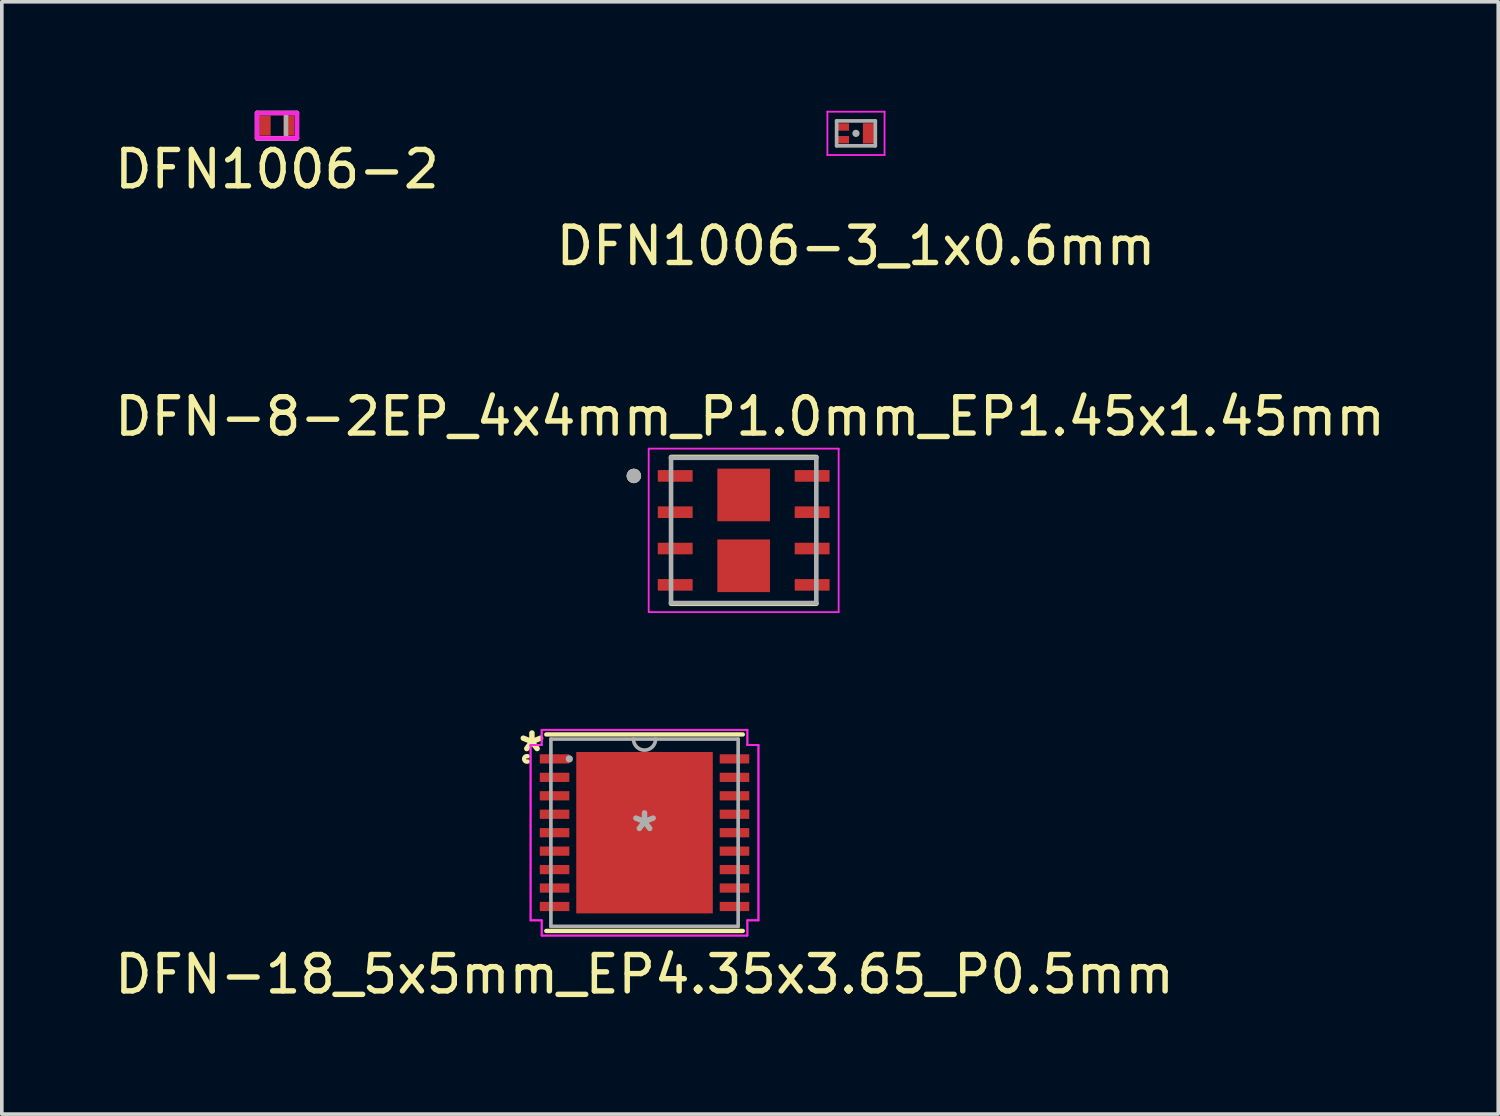
<source format=kicad_pcb>
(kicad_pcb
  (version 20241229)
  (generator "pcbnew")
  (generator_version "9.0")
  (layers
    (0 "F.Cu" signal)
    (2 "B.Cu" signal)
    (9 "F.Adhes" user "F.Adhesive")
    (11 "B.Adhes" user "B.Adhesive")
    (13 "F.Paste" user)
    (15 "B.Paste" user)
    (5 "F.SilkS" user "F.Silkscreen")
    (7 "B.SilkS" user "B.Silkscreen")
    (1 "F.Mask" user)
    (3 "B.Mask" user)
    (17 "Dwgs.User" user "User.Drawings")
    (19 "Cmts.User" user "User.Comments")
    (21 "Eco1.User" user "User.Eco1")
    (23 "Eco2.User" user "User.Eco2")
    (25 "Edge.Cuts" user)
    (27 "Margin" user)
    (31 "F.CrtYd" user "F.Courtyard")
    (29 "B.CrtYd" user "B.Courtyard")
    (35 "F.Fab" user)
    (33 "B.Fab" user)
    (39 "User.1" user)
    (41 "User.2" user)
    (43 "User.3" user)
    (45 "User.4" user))
  (footprint "DFN-18_5x5mm_EP4.35x3.65_P0.5mm"
    (layer "F.Cu")
    (at 14.696 19.877)
    (property "Reference" "DFN-18_5x5mm_EP4.35x3.65_P0.5mm" (at 0 3.9 0) (layer "F.SilkS") (effects (font (size 1 1) (thickness 0.15))))
    (attr through_hole)
    (fp_line (start -2.705 2.705) (end 2.705 2.705) (stroke (width 0.12) (type solid)) (layer "F.SilkS"))
    (fp_line (start 2.705 -2.705) (end -2.705 -2.705) (stroke (width 0.12) (type solid)) (layer "F.SilkS"))
    (fp_arc (start -3.21564 -1.95931) (mid -3.3147 -2.032) (end -3.21564 -2.10469) (stroke (width 0.12) (type solid)) (layer "F.SilkS"))
    (fp_poly (pts (xy -1.78 -2.123) (xy -1.78 -0.841) (xy -0.1 -0.841) (xy -0.1 -2.123)) (stroke (width 0.1) (type solid)) (fill yes) (layer "F.Paste"))
    (fp_poly (pts (xy -1.78 -0.641) (xy -1.78 0.641) (xy -0.1 0.641) (xy -0.1 -0.641)) (stroke (width 0.1) (type solid)) (fill yes) (layer "F.Paste"))
    (fp_poly (pts (xy -1.78 0.841) (xy -1.78 2.123) (xy -0.1 2.123) (xy -0.1 0.841)) (stroke (width 0.1) (type solid)) (fill yes) (layer "F.Paste"))
    (fp_poly (pts (xy 0.1 -2.123) (xy 0.1 -0.841) (xy 1.78 -0.841) (xy 1.78 -2.123)) (stroke (width 0.1) (type solid)) (fill yes) (layer "F.Paste"))
    (fp_poly (pts (xy 0.1 -0.641) (xy 0.1 0.641) (xy 1.78 0.641) (xy 1.78 -0.641)) (stroke (width 0.1) (type solid)) (fill yes) (layer "F.Paste"))
    (fp_poly (pts (xy 0.1 0.841) (xy 0.1 2.123) (xy 1.78 2.123) (xy 1.78 0.841)) (stroke (width 0.1) (type solid)) (fill yes) (layer "F.Paste"))
    (fp_line (start -3.137 -2.413) (end -2.832 -2.413) (stroke (width 0.05) (type solid)) (layer "F.CrtYd"))
    (fp_line (start -3.137 -2.413) (end -2.832 -2.413) (stroke (width 0.05) (type solid)) (layer "F.CrtYd"))
    (fp_line (start -3.137 2.413) (end -3.137 -2.413) (stroke (width 0.05) (type solid)) (layer "F.CrtYd"))
    (fp_line (start -3.137 2.413) (end -3.137 -2.413) (stroke (width 0.05) (type solid)) (layer "F.CrtYd"))
    (fp_line (start -3.137 2.413) (end -2.832 2.413) (stroke (width 0.05) (type solid)) (layer "F.CrtYd"))
    (fp_line (start -2.832 -2.832) (end 2.832 -2.832) (stroke (width 0.05) (type solid)) (layer "F.CrtYd"))
    (fp_line (start -2.832 -2.832) (end 2.832 -2.832) (stroke (width 0.05) (type solid)) (layer "F.CrtYd"))
    (fp_line (start -2.832 -2.413) (end -2.832 -2.832) (stroke (width 0.05) (type solid)) (layer "F.CrtYd"))
    (fp_line (start -2.832 -2.413) (end -2.832 -2.832) (stroke (width 0.05) (type solid)) (layer "F.CrtYd"))
    (fp_line (start -2.832 2.413) (end -3.137 2.413) (stroke (width 0.05) (type solid)) (layer "F.CrtYd"))
    (fp_line (start -2.832 2.832) (end -2.832 2.413) (stroke (width 0.05) (type solid)) (layer "F.CrtYd"))
    (fp_line (start -2.832 2.832) (end -2.832 2.413) (stroke (width 0.05) (type solid)) (layer "F.CrtYd"))
    (fp_line (start 2.832 -2.832) (end 2.832 -2.413) (stroke (width 0.05) (type solid)) (layer "F.CrtYd"))
    (fp_line (start 2.832 -2.832) (end 2.832 -2.413) (stroke (width 0.05) (type solid)) (layer "F.CrtYd"))
    (fp_line (start 2.832 -2.413) (end 3.137 -2.413) (stroke (width 0.05) (type solid)) (layer "F.CrtYd"))
    (fp_line (start 2.832 2.413) (end 2.832 2.832) (stroke (width 0.05) (type solid)) (layer "F.CrtYd"))
    (fp_line (start 2.832 2.413) (end 2.832 2.832) (stroke (width 0.05) (type solid)) (layer "F.CrtYd"))
    (fp_line (start 2.832 2.832) (end -2.832 2.832) (stroke (width 0.05) (type solid)) (layer "F.CrtYd"))
    (fp_line (start 2.832 2.832) (end -2.832 2.832) (stroke (width 0.05) (type solid)) (layer "F.CrtYd"))
    (fp_line (start 3.137 -2.413) (end 2.832 -2.413) (stroke (width 0.05) (type solid)) (layer "F.CrtYd"))
    (fp_line (start 3.137 -2.413) (end 3.137 2.413) (stroke (width 0.05) (type solid)) (layer "F.CrtYd"))
    (fp_line (start 3.137 -2.413) (end 3.137 2.413) (stroke (width 0.05) (type solid)) (layer "F.CrtYd"))
    (fp_line (start 3.137 2.413) (end 2.832 2.413) (stroke (width 0.05) (type solid)) (layer "F.CrtYd"))
    (fp_line (start 3.137 2.413) (end 2.832 2.413) (stroke (width 0.05) (type solid)) (layer "F.CrtYd"))
    (fp_line (start -2.578 -2.578) (end -2.578 2.578) (stroke (width 0.1) (type solid)) (layer "F.Fab"))
    (fp_line (start -2.578 2.578) (end 2.578 2.578) (stroke (width 0.1) (type solid)) (layer "F.Fab"))
    (fp_line (start 2.578 -2.578) (end -2.578 -2.578) (stroke (width 0.1) (type solid)) (layer "F.Fab"))
    (fp_line (start 2.578 2.578) (end 2.578 -2.578) (stroke (width 0.1) (type solid)) (layer "F.Fab"))
    (fp_arc (start 0.3048 -2.5781) (mid 0 -2.2733) (end -0.3048 -2.5781) (stroke (width 0.1) (type solid)) (layer "F.Fab"))
    (fp_circle (center -2.07 -2.032) (end -2.07 -2.032) (stroke (width 0.1) (type solid)) (fill no) (layer "F.Fab"))
    (fp_text user "*" (at -3.1 -2.2 0) (layer "F.SilkS") (effects (font (size 1 1) (thickness 0.15))))
    (fp_text user "*" (at 0 0 0) (layer "F.Fab") (effects (font (size 1 1) (thickness 0.15))))
    (pad "1" smd rect (at -2.477 -2.032) (size 0.813 0.254) (layers "F.Cu" "F.Mask" "F.Paste"))
    (pad "2" smd rect (at -2.477 -1.524) (size 0.813 0.254) (layers "F.Cu" "F.Mask" "F.Paste"))
    (pad "3" smd rect (at -2.477 -1.016) (size 0.813 0.254) (layers "F.Cu" "F.Mask" "F.Paste"))
    (pad "4" smd rect (at -2.477 -0.508) (size 0.813 0.254) (layers "F.Cu" "F.Mask" "F.Paste"))
    (pad "5" smd rect (at -2.477 0) (size 0.813 0.254) (layers "F.Cu" "F.Mask" "F.Paste"))
    (pad "6" smd rect (at -2.477 0.508) (size 0.813 0.254) (layers "F.Cu" "F.Mask" "F.Paste"))
    (pad "7" smd rect (at -2.477 1.016) (size 0.813 0.254) (layers "F.Cu" "F.Mask" "F.Paste"))
    (pad "8" smd rect (at -2.477 1.524) (size 0.813 0.254) (layers "F.Cu" "F.Mask" "F.Paste"))
    (pad "9" smd rect (at -2.477 2.032) (size 0.813 0.254) (layers "F.Cu" "F.Mask" "F.Paste"))
    (pad "10" smd rect (at 2.477 2.032) (size 0.813 0.254) (layers "F.Cu" "F.Mask" "F.Paste"))
    (pad "11" smd rect (at 2.477 1.524) (size 0.813 0.254) (layers "F.Cu" "F.Mask" "F.Paste"))
    (pad "12" smd rect (at 2.477 1.016) (size 0.813 0.254) (layers "F.Cu" "F.Mask" "F.Paste"))
    (pad "13" smd rect (at 2.477 0.508) (size 0.813 0.254) (layers "F.Cu" "F.Mask" "F.Paste"))
    (pad "14" smd rect (at 2.477 0) (size 0.813 0.254) (layers "F.Cu" "F.Mask" "F.Paste"))
    (pad "15" smd rect (at 2.477 -0.508) (size 0.813 0.254) (layers "F.Cu" "F.Mask" "F.Paste"))
    (pad "16" smd rect (at 2.477 -1.016) (size 0.813 0.254) (layers "F.Cu" "F.Mask" "F.Paste"))
    (pad "17" smd rect (at 2.477 -1.524) (size 0.813 0.254) (layers "F.Cu" "F.Mask" "F.Paste"))
    (pad "18" smd rect (at 2.477 -2.032) (size 0.813 0.254) (layers "F.Cu" "F.Mask" "F.Paste"))
    (pad "19" smd rect (at 0 0) (size 3.759 4.445) (layers "F.Cu" "F.Mask" "F.Paste")))
  (footprint "DFN1006-3_1x0.6mm"
    (layer "F.Cu")
    (at 20.518 0.622)
    (property "Reference" "DFN1006-3_1x0.6mm" (at 0 3.1 0) (layer "F.SilkS") (effects (font (size 1 1) (thickness 0.15))))
    (attr through_hole)
    (fp_line (start -0.787 -0.597) (end -0.787 0.597) (stroke (width 0.05) (type solid)) (layer "F.CrtYd"))
    (fp_line (start -0.787 -0.597) (end 0.787 -0.597) (stroke (width 0.05) (type solid)) (layer "F.CrtYd"))
    (fp_line (start 0.787 -0.597) (end 0.787 0.597) (stroke (width 0.05) (type solid)) (layer "F.CrtYd"))
    (fp_line (start 0.787 0.597) (end -0.787 0.597) (stroke (width 0.05) (type solid)) (layer "F.CrtYd"))
    (fp_line (start -0.533 -0.343) (end -0.533 0.343) (stroke (width 0.1) (type solid)) (layer "F.Fab"))
    (fp_line (start -0.533 0.343) (end 0.533 0.343) (stroke (width 0.1) (type solid)) (layer "F.Fab"))
    (fp_line (start 0.533 -0.343) (end -0.533 -0.343) (stroke (width 0.1) (type solid)) (layer "F.Fab"))
    (fp_line (start 0.533 0.343) (end 0.533 -0.343) (stroke (width 0.1) (type solid)) (layer "F.Fab"))
    (fp_circle (center 0 0) (end 0 0) (stroke (width 0.1) (type solid)) (fill no) (layer "F.Fab"))
    (pad "1" smd rect (at -0.343 -0.175) (size 0.305 0.203) (layers "F.Cu" "F.Mask" "F.Paste"))
    (pad "2" smd rect (at -0.343 0.175) (size 0.305 0.203) (layers "F.Cu" "F.Mask" "F.Paste"))
    (pad "3" smd rect (at 0.343 0) (size 0.305 0.559) (layers "F.Cu" "F.Mask" "F.Paste")))
  (footprint "DFN1006-2"
    (layer "F.Cu")
    (at 4.577 0.41)
    (property "Reference" "DFN1006-2" (at 0 1.2 0) (layer "F.SilkS") (effects (font (size 1 1) (thickness 0.15))))
    (attr through_hole)
    (fp_line (start -0.55 -0.35) (end -0.55 0.35) (stroke (width 0.12) (type solid)) (layer "F.SilkS"))
    (fp_line (start -0.55 0.35) (end 0.55 0.35) (stroke (width 0.12) (type solid)) (layer "F.SilkS"))
    (fp_line (start 0.55 -0.35) (end -0.55 -0.35) (stroke (width 0.12) (type solid)) (layer "F.SilkS"))
    (fp_line (start -0.55 -0.35) (end 0.55 -0.35) (stroke (width 0.12) (type solid)) (layer "F.CrtYd"))
    (fp_line (start -0.55 0.35) (end -0.55 -0.35) (stroke (width 0.12) (type solid)) (layer "F.CrtYd"))
    (fp_line (start 0.55 -0.35) (end 0.55 0.35) (stroke (width 0.12) (type solid)) (layer "F.CrtYd"))
    (fp_line (start 0.55 0.35) (end -0.55 0.35) (stroke (width 0.12) (type solid)) (layer "F.CrtYd"))
    (fp_line (start -0.55 -0.35) (end -0.55 0.35) (stroke (width 0.12) (type solid)) (layer "F.Fab"))
    (fp_line (start -0.55 0.35) (end 0.55 0.35) (stroke (width 0.12) (type solid)) (layer "F.Fab"))
    (fp_line (start 0.25 -0.35) (end 0.25 0.35) (stroke (width 0.12) (type solid)) (layer "F.Fab"))
    (fp_line (start 0.55 -0.35) (end -0.55 -0.35) (stroke (width 0.12) (type solid)) (layer "F.Fab"))
    (fp_line (start 0.55 0.35) (end 0.55 -0.35) (stroke (width 0.12) (type solid)) (layer "F.Fab"))
    (pad "1" smd rect (at 0.325 0) (size 0.3 0.55) (layers "F.Cu" "F.Mask" "F.Paste"))
    (pad "2" smd rect (at -0.325 0) (size 0.3 0.55) (layers "F.Cu" "F.Mask" "F.Paste")))
  (footprint "DFN-8-2EP_4x4mm_P1.0mm_EP1.45x1.45mm"
    (layer "F.Cu")
    (at 17.426 11.553)
    (property "Reference" "DFN-8-2EP_4x4mm_P1.0mm_EP1.45x1.45mm" (at 0.175 -3.135 0) (layer "F.SilkS") (effects (font (size 1 1) (thickness 0.15))))
    (attr smd)
    (fp_line (start -2 -2.02) (end 2 -2.02) (stroke (width 0.127) (type solid)) (layer "F.SilkS"))
    (fp_line (start -2 2.02) (end 2 2.02) (stroke (width 0.127) (type solid)) (layer "F.SilkS"))
    (fp_circle (center -3.025 -1.5) (end -2.925 -1.5) (stroke (width 0.2) (type solid)) (fill no) (layer "F.SilkS"))
    (fp_poly (pts (xy -0.46 -1.435) (xy 0.46 -1.435) (xy 0.46 -0.515) (xy -0.46 -0.515)) (stroke (width 0.01) (type solid)) (fill yes) (layer "F.Paste"))
    (fp_poly (pts (xy -0.46 0.515) (xy 0.46 0.515) (xy 0.46 1.435) (xy -0.46 1.435)) (stroke (width 0.01) (type solid)) (fill yes) (layer "F.Paste"))
    (fp_line (start -2.615 -2.25) (end -2.615 2.25) (stroke (width 0.05) (type solid)) (layer "F.CrtYd"))
    (fp_line (start -2.615 -2.25) (end 2.615 -2.25) (stroke (width 0.05) (type solid)) (layer "F.CrtYd"))
    (fp_line (start -2.615 2.25) (end 2.615 2.25) (stroke (width 0.05) (type solid)) (layer "F.CrtYd"))
    (fp_line (start 2.615 -2.25) (end 2.615 2.25) (stroke (width 0.05) (type solid)) (layer "F.CrtYd"))
    (fp_line (start -2 -2) (end -2 2) (stroke (width 0.127) (type solid)) (layer "F.Fab"))
    (fp_line (start -2 -2) (end 2 -2) (stroke (width 0.127) (type solid)) (layer "F.Fab"))
    (fp_line (start -2 2) (end 2 2) (stroke (width 0.127) (type solid)) (layer "F.Fab"))
    (fp_line (start 2 -2) (end 2 2) (stroke (width 0.127) (type solid)) (layer "F.Fab"))
    (fp_circle (center -3.025 -1.5) (end -2.925 -1.5) (stroke (width 0.2) (type solid)) (fill no) (layer "F.Fab"))
    (pad "1" smd roundrect (at -1.885 -1.5) (size 0.96 0.32) (layers "F.Cu" "F.Mask" "F.Paste") (roundrect_rratio 0.04))
    (pad "2" smd roundrect (at -1.885 -0.5) (size 0.96 0.32) (layers "F.Cu" "F.Mask" "F.Paste") (roundrect_rratio 0.04))
    (pad "3" smd roundrect (at -1.885 0.5) (size 0.96 0.32) (layers "F.Cu" "F.Mask" "F.Paste") (roundrect_rratio 0.04))
    (pad "4" smd roundrect (at -1.885 1.5) (size 0.96 0.32) (layers "F.Cu" "F.Mask" "F.Paste") (roundrect_rratio 0.04))
    (pad "5" smd roundrect (at 1.885 1.5) (size 0.96 0.32) (layers "F.Cu" "F.Mask" "F.Paste") (roundrect_rratio 0.04))
    (pad "6" smd roundrect (at 1.885 0.5) (size 0.96 0.32) (layers "F.Cu" "F.Mask" "F.Paste") (roundrect_rratio 0.04))
    (pad "7" smd roundrect (at 1.885 -0.5) (size 0.96 0.32) (layers "F.Cu" "F.Mask" "F.Paste") (roundrect_rratio 0.04))
    (pad "8" smd roundrect (at 1.885 -1.5) (size 0.96 0.32) (layers "F.Cu" "F.Mask" "F.Paste") (roundrect_rratio 0.04))
    (pad "9" smd rect (at 0 -0.975) (size 1.45 1.45) (layers "F.Cu" "F.Mask"))
    (pad "10" smd rect (at 0 0.975) (size 1.45 1.45) (layers "F.Cu" "F.Mask")))
  (gr_rect
    (start -3 -3)
    (end 38.202 27.625)
    (stroke (width 0.1) (type default))
    (fill no)
    (layer "Edge.Cuts")))
</source>
